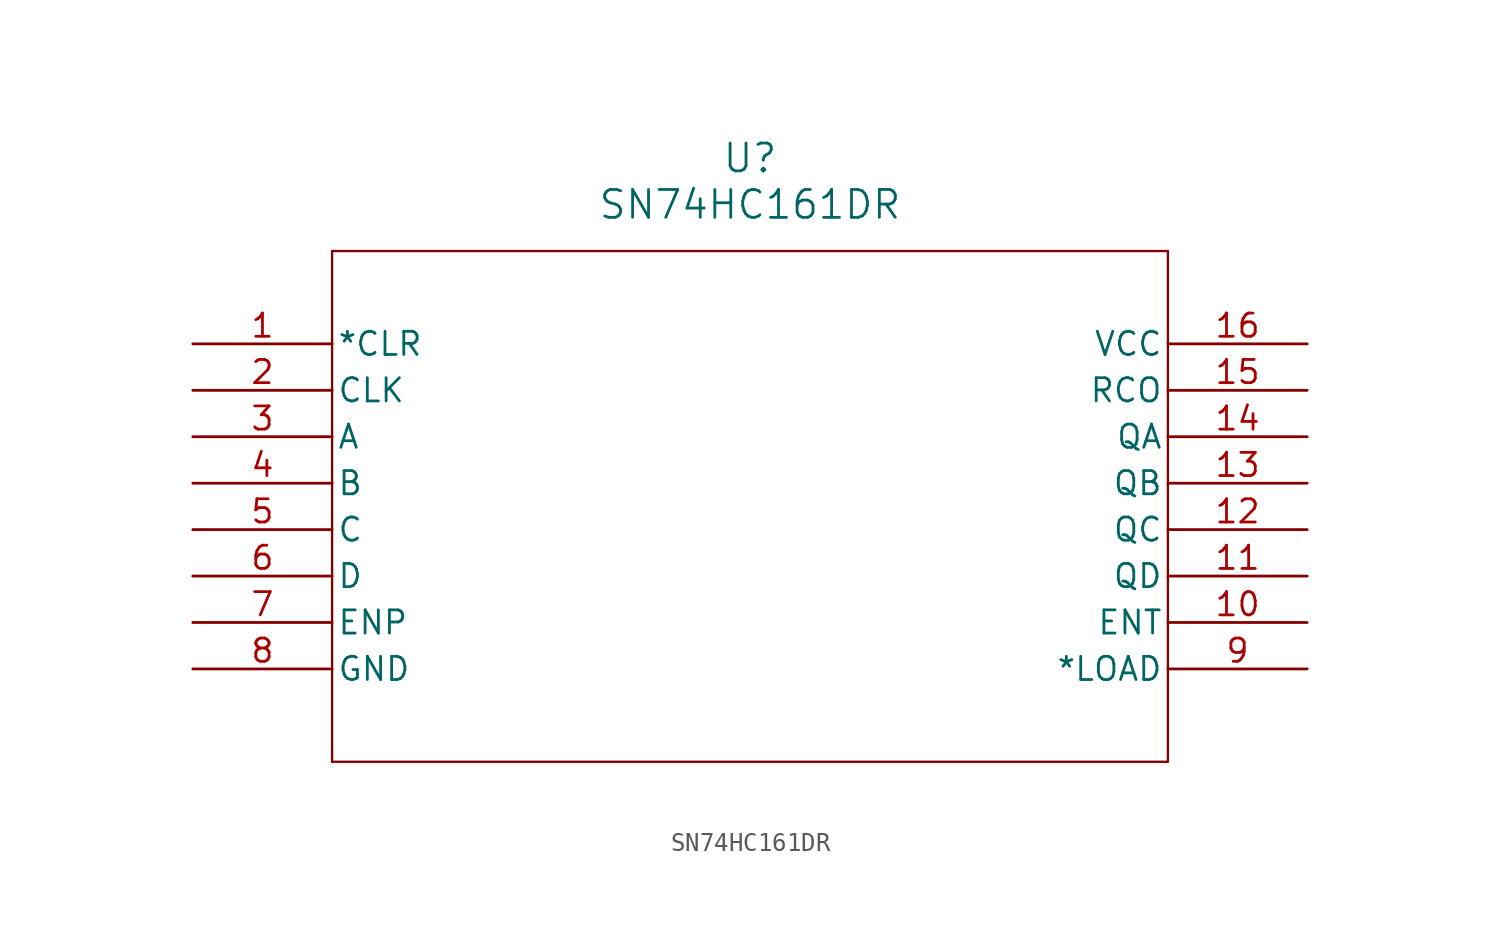
<source format=kicad_sym>
(kicad_symbol_lib
  (version 20211014)
  (generator kicad_symbol_editor)
  (symbol "SN74HC161DR"
    (pin_names
      (offset 0.254))
    (property "Reference" "U"
      (at 30.48 10.16 0)
      (effects (font (size 1.524 1.524))))
    (property "Value" "SN74HC161DR"
      (at 30.48 7.62 0)
      (effects (font (size 1.524 1.524))))
    (symbol "SN74HC161DR_0_1"
      (polyline (pts (xy 7.62 5.08) (xy 7.62 -22.86)) (stroke (width 0.127) (type default) (color 0 0 0 0)) (fill (type none)))
      (polyline (pts (xy 7.62 -22.86) (xy 53.34 -22.86)) (stroke (width 0.127) (type default) (color 0 0 0 0)) (fill (type none)))
      (polyline (pts (xy 53.34 -22.86) (xy 53.34 5.08)) (stroke (width 0.127) (type default) (color 0 0 0 0)) (fill (type none)))
      (polyline (pts (xy 53.34 5.08) (xy 7.62 5.08)) (stroke (width 0.127) (type default) (color 0 0 0 0)) (fill (type none)))
      (pin input line (at 0 0 0) (length 7.62) (name "*CLR" (effects (font (size 1.27 1.27)))) (number "1" (effects (font (size 1.27 1.27)))))
      (pin input line (at 0 -2.54 0) (length 7.62) (name "CLK" (effects (font (size 1.27 1.27)))) (number "2" (effects (font (size 1.27 1.27)))))
      (pin input line (at 0 -5.08 0) (length 7.62) (name "A" (effects (font (size 1.27 1.27)))) (number "3" (effects (font (size 1.27 1.27)))))
      (pin input line (at 0 -7.62 0) (length 7.62) (name "B" (effects (font (size 1.27 1.27)))) (number "4" (effects (font (size 1.27 1.27)))))
      (pin input line (at 0 -10.16 0) (length 7.62) (name "C" (effects (font (size 1.27 1.27)))) (number "5" (effects (font (size 1.27 1.27)))))
      (pin input line (at 0 -12.7 0) (length 7.62) (name "D" (effects (font (size 1.27 1.27)))) (number "6" (effects (font (size 1.27 1.27)))))
      (pin input line (at 0 -15.24 0) (length 7.62) (name "ENP" (effects (font (size 1.27 1.27)))) (number "7" (effects (font (size 1.27 1.27)))))
      (pin power_in line (at 0 -17.78 0) (length 7.62) (name "GND" (effects (font (size 1.27 1.27)))) (number "8" (effects (font (size 1.27 1.27)))))
      (pin input line (at 60.96 -17.78 180) (length 7.62) (name "*LOAD" (effects (font (size 1.27 1.27)))) (number "9" (effects (font (size 1.27 1.27)))))
      (pin input line (at 60.96 -15.24 180) (length 7.62) (name "ENT" (effects (font (size 1.27 1.27)))) (number "10" (effects (font (size 1.27 1.27)))))
      (pin output line (at 60.96 -12.7 180) (length 7.62) (name "QD" (effects (font (size 1.27 1.27)))) (number "11" (effects (font (size 1.27 1.27)))))
      (pin output line (at 60.96 -10.16 180) (length 7.62) (name "QC" (effects (font (size 1.27 1.27)))) (number "12" (effects (font (size 1.27 1.27)))))
      (pin output line (at 60.96 -7.62 180) (length 7.62) (name "QB" (effects (font (size 1.27 1.27)))) (number "13" (effects (font (size 1.27 1.27)))))
      (pin output line (at 60.96 -5.08 180) (length 7.62) (name "QA" (effects (font (size 1.27 1.27)))) (number "14" (effects (font (size 1.27 1.27)))))
      (pin output line (at 60.96 -2.54 180) (length 7.62) (name "RCO" (effects (font (size 1.27 1.27)))) (number "15" (effects (font (size 1.27 1.27)))))
      (pin power_in line (at 60.96 0 180) (length 7.62) (name "VCC" (effects (font (size 1.27 1.27)))) (number "16" (effects (font (size 1.27 1.27))))))))
</source>
